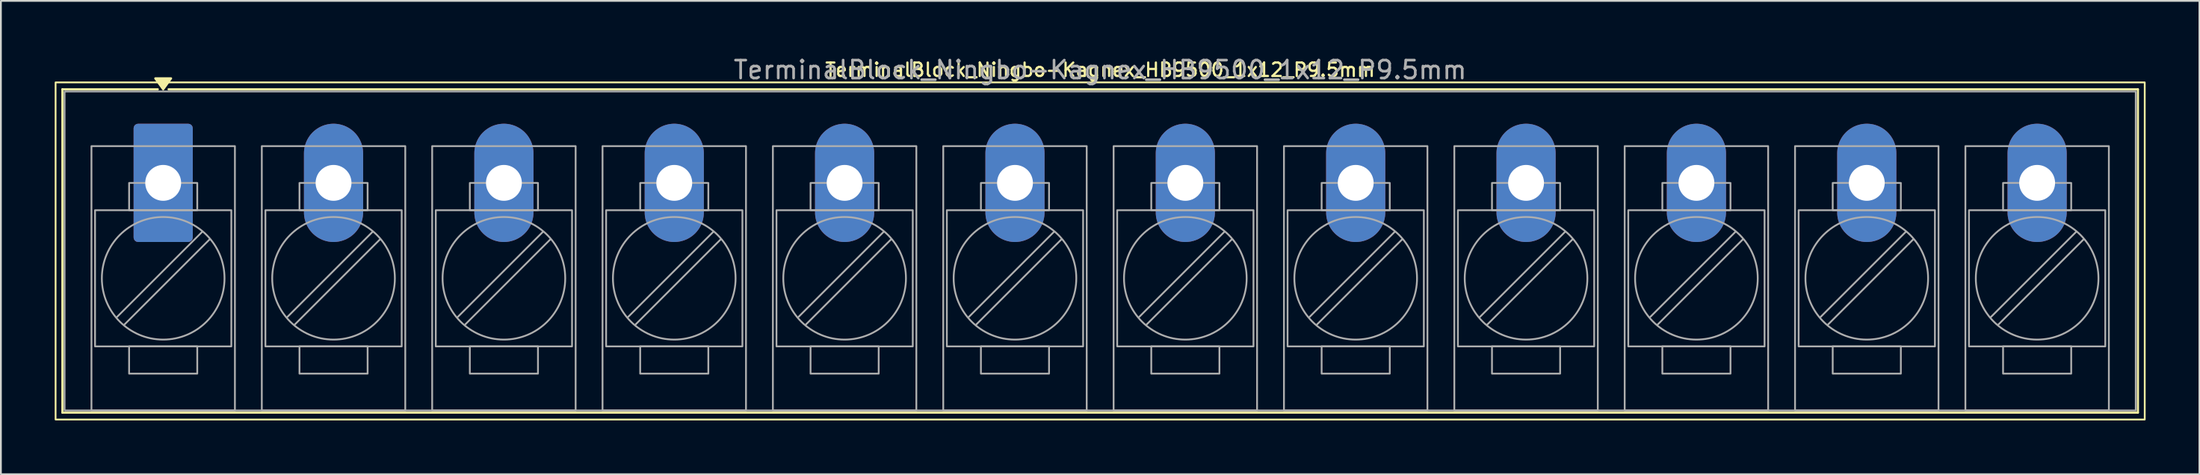
<source format=kicad_pcb>
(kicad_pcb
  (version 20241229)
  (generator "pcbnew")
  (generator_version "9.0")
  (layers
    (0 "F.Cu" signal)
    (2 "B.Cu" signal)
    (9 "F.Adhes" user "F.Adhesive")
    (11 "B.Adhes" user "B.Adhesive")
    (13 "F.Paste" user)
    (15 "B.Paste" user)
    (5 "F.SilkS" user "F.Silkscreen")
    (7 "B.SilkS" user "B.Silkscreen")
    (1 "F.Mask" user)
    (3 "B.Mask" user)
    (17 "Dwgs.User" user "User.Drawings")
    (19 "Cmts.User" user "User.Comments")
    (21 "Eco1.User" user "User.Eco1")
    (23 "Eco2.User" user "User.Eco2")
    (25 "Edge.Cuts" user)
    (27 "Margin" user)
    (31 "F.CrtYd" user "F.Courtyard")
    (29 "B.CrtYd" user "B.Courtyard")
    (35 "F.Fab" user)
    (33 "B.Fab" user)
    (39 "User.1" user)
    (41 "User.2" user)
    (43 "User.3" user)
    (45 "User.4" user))
  (footprint "TerminalBlock_Ningbo-Kagnex_HB9500_1x12_P9.5mm"
    (layer "F.Cu")
    (at 6.05 7.153)
    (property "Reference" "TerminalBlock_Ningbo-Kagnex_HB9500_1x12_P9.5mm" (at 52.25 -6.305 0) (layer "F.SilkS") (effects (font (size 0.75 0.75) (thickness 0.125))))
    (attr through_hole)
    (fp_line (start -5.62 -5.22) (end -0.3 -5.22) (stroke (width 0.12) (type solid)) (layer "F.SilkS"))
    (fp_line (start -5.62 12.82) (end -5.62 -5.22) (stroke (width 0.12) (type solid)) (layer "F.SilkS"))
    (fp_line (start 0.3 -5.22) (end 110.12 -5.22) (stroke (width 0.12) (type solid)) (layer "F.SilkS"))
    (fp_line (start 110.12 -5.22) (end 110.12 12.82) (stroke (width 0.12) (type solid)) (layer "F.SilkS"))
    (fp_line (start 110.12 12.82) (end -5.62 12.82) (stroke (width 0.12) (type solid)) (layer "F.SilkS"))
    (fp_rect (start -6 -5.605) (end 110.5 13.205) (stroke (width 0.1) (type solid)) (fill no) (layer "F.SilkS"))
    (fp_poly (pts (xy 0 -5.22) (xy -0.44 -5.83) (xy 0.44 -5.83)) (stroke (width 0.12) (type solid)) (fill yes) (layer "F.SilkS"))
    (fp_line (start 2.176 2.731) (end -2.594 7.501) (stroke (width 0.1) (type solid)) (layer "F.Fab"))
    (fp_line (start 2.594 3.149) (end -2.176 7.919) (stroke (width 0.1) (type solid)) (layer "F.Fab"))
    (fp_line (start 11.676 2.731) (end 6.906 7.501) (stroke (width 0.1) (type solid)) (layer "F.Fab"))
    (fp_line (start 12.094 3.149) (end 7.324 7.919) (stroke (width 0.1) (type solid)) (layer "F.Fab"))
    (fp_line (start 21.176 2.731) (end 16.406 7.501) (stroke (width 0.1) (type solid)) (layer "F.Fab"))
    (fp_line (start 21.594 3.149) (end 16.824 7.919) (stroke (width 0.1) (type solid)) (layer "F.Fab"))
    (fp_line (start 30.676 2.731) (end 25.906 7.501) (stroke (width 0.1) (type solid)) (layer "F.Fab"))
    (fp_line (start 31.094 3.149) (end 26.324 7.919) (stroke (width 0.1) (type solid)) (layer "F.Fab"))
    (fp_line (start 40.176 2.731) (end 35.406 7.501) (stroke (width 0.1) (type solid)) (layer "F.Fab"))
    (fp_line (start 40.594 3.149) (end 35.824 7.919) (stroke (width 0.1) (type solid)) (layer "F.Fab"))
    (fp_line (start 49.676 2.731) (end 44.906 7.501) (stroke (width 0.1) (type solid)) (layer "F.Fab"))
    (fp_line (start 50.094 3.149) (end 45.324 7.919) (stroke (width 0.1) (type solid)) (layer "F.Fab"))
    (fp_line (start 59.176 2.731) (end 54.406 7.501) (stroke (width 0.1) (type solid)) (layer "F.Fab"))
    (fp_line (start 59.594 3.149) (end 54.824 7.919) (stroke (width 0.1) (type solid)) (layer "F.Fab"))
    (fp_line (start 68.676 2.731) (end 63.906 7.501) (stroke (width 0.1) (type solid)) (layer "F.Fab"))
    (fp_line (start 69.094 3.149) (end 64.324 7.919) (stroke (width 0.1) (type solid)) (layer "F.Fab"))
    (fp_line (start 78.176 2.731) (end 73.406 7.501) (stroke (width 0.1) (type solid)) (layer "F.Fab"))
    (fp_line (start 78.594 3.149) (end 73.824 7.919) (stroke (width 0.1) (type solid)) (layer "F.Fab"))
    (fp_line (start 87.676 2.731) (end 82.906 7.501) (stroke (width 0.1) (type solid)) (layer "F.Fab"))
    (fp_line (start 88.094 3.149) (end 83.324 7.919) (stroke (width 0.1) (type solid)) (layer "F.Fab"))
    (fp_line (start 97.176 2.731) (end 92.406 7.501) (stroke (width 0.1) (type solid)) (layer "F.Fab"))
    (fp_line (start 97.594 3.149) (end 92.824 7.919) (stroke (width 0.1) (type solid)) (layer "F.Fab"))
    (fp_line (start 106.676 2.731) (end 101.906 7.501) (stroke (width 0.1) (type solid)) (layer "F.Fab"))
    (fp_line (start 107.094 3.149) (end 102.324 7.919) (stroke (width 0.1) (type solid)) (layer "F.Fab"))
    (fp_rect (start -5.5 -5.1) (end 110 12.7) (stroke (width 0.1) (type solid)) (fill no) (layer "F.Fab"))
    (fp_rect (start -4 -2.05) (end 4 12.7) (stroke (width 0.1) (type solid)) (fill no) (layer "F.Fab"))
    (fp_rect (start -3.8 1.525) (end 3.8 9.125) (stroke (width 0.1) (type solid)) (fill no) (layer "F.Fab"))
    (fp_rect (start -1.9 0.005) (end 1.9 1.525) (stroke (width 0.1) (type solid)) (fill no) (layer "F.Fab"))
    (fp_rect (start -1.9 9.125) (end 1.9 10.645) (stroke (width 0.1) (type solid)) (fill no) (layer "F.Fab"))
    (fp_rect (start 5.5 -2.05) (end 13.5 12.7) (stroke (width 0.1) (type solid)) (fill no) (layer "F.Fab"))
    (fp_rect (start 5.7 1.525) (end 13.3 9.125) (stroke (width 0.1) (type solid)) (fill no) (layer "F.Fab"))
    (fp_rect (start 7.6 0.005) (end 11.4 1.525) (stroke (width 0.1) (type solid)) (fill no) (layer "F.Fab"))
    (fp_rect (start 7.6 9.125) (end 11.4 10.645) (stroke (width 0.1) (type solid)) (fill no) (layer "F.Fab"))
    (fp_rect (start 15 -2.05) (end 23 12.7) (stroke (width 0.1) (type solid)) (fill no) (layer "F.Fab"))
    (fp_rect (start 15.2 1.525) (end 22.8 9.125) (stroke (width 0.1) (type solid)) (fill no) (layer "F.Fab"))
    (fp_rect (start 17.1 0.005) (end 20.9 1.525) (stroke (width 0.1) (type solid)) (fill no) (layer "F.Fab"))
    (fp_rect (start 17.1 9.125) (end 20.9 10.645) (stroke (width 0.1) (type solid)) (fill no) (layer "F.Fab"))
    (fp_rect (start 24.5 -2.05) (end 32.5 12.7) (stroke (width 0.1) (type solid)) (fill no) (layer "F.Fab"))
    (fp_rect (start 24.7 1.525) (end 32.3 9.125) (stroke (width 0.1) (type solid)) (fill no) (layer "F.Fab"))
    (fp_rect (start 26.6 0.005) (end 30.4 1.525) (stroke (width 0.1) (type solid)) (fill no) (layer "F.Fab"))
    (fp_rect (start 26.6 9.125) (end 30.4 10.645) (stroke (width 0.1) (type solid)) (fill no) (layer "F.Fab"))
    (fp_rect (start 34 -2.05) (end 42 12.7) (stroke (width 0.1) (type solid)) (fill no) (layer "F.Fab"))
    (fp_rect (start 34.2 1.525) (end 41.8 9.125) (stroke (width 0.1) (type solid)) (fill no) (layer "F.Fab"))
    (fp_rect (start 36.1 0.005) (end 39.9 1.525) (stroke (width 0.1) (type solid)) (fill no) (layer "F.Fab"))
    (fp_rect (start 36.1 9.125) (end 39.9 10.645) (stroke (width 0.1) (type solid)) (fill no) (layer "F.Fab"))
    (fp_rect (start 43.5 -2.05) (end 51.5 12.7) (stroke (width 0.1) (type solid)) (fill no) (layer "F.Fab"))
    (fp_rect (start 43.7 1.525) (end 51.3 9.125) (stroke (width 0.1) (type solid)) (fill no) (layer "F.Fab"))
    (fp_rect (start 45.6 0.005) (end 49.4 1.525) (stroke (width 0.1) (type solid)) (fill no) (layer "F.Fab"))
    (fp_rect (start 45.6 9.125) (end 49.4 10.645) (stroke (width 0.1) (type solid)) (fill no) (layer "F.Fab"))
    (fp_rect (start 53 -2.05) (end 61 12.7) (stroke (width 0.1) (type solid)) (fill no) (layer "F.Fab"))
    (fp_rect (start 53.2 1.525) (end 60.8 9.125) (stroke (width 0.1) (type solid)) (fill no) (layer "F.Fab"))
    (fp_rect (start 55.1 0.005) (end 58.9 1.525) (stroke (width 0.1) (type solid)) (fill no) (layer "F.Fab"))
    (fp_rect (start 55.1 9.125) (end 58.9 10.645) (stroke (width 0.1) (type solid)) (fill no) (layer "F.Fab"))
    (fp_rect (start 62.5 -2.05) (end 70.5 12.7) (stroke (width 0.1) (type solid)) (fill no) (layer "F.Fab"))
    (fp_rect (start 62.7 1.525) (end 70.3 9.125) (stroke (width 0.1) (type solid)) (fill no) (layer "F.Fab"))
    (fp_rect (start 64.6 0.005) (end 68.4 1.525) (stroke (width 0.1) (type solid)) (fill no) (layer "F.Fab"))
    (fp_rect (start 64.6 9.125) (end 68.4 10.645) (stroke (width 0.1) (type solid)) (fill no) (layer "F.Fab"))
    (fp_rect (start 72 -2.05) (end 80 12.7) (stroke (width 0.1) (type solid)) (fill no) (layer "F.Fab"))
    (fp_rect (start 72.2 1.525) (end 79.8 9.125) (stroke (width 0.1) (type solid)) (fill no) (layer "F.Fab"))
    (fp_rect (start 74.1 0.005) (end 77.9 1.525) (stroke (width 0.1) (type solid)) (fill no) (layer "F.Fab"))
    (fp_rect (start 74.1 9.125) (end 77.9 10.645) (stroke (width 0.1) (type solid)) (fill no) (layer "F.Fab"))
    (fp_rect (start 81.5 -2.05) (end 89.5 12.7) (stroke (width 0.1) (type solid)) (fill no) (layer "F.Fab"))
    (fp_rect (start 81.7 1.525) (end 89.3 9.125) (stroke (width 0.1) (type solid)) (fill no) (layer "F.Fab"))
    (fp_rect (start 83.6 0.005) (end 87.4 1.525) (stroke (width 0.1) (type solid)) (fill no) (layer "F.Fab"))
    (fp_rect (start 83.6 9.125) (end 87.4 10.645) (stroke (width 0.1) (type solid)) (fill no) (layer "F.Fab"))
    (fp_rect (start 91 -2.05) (end 99 12.7) (stroke (width 0.1) (type solid)) (fill no) (layer "F.Fab"))
    (fp_rect (start 91.2 1.525) (end 98.8 9.125) (stroke (width 0.1) (type solid)) (fill no) (layer "F.Fab"))
    (fp_rect (start 93.1 0.005) (end 96.9 1.525) (stroke (width 0.1) (type solid)) (fill no) (layer "F.Fab"))
    (fp_rect (start 93.1 9.125) (end 96.9 10.645) (stroke (width 0.1) (type solid)) (fill no) (layer "F.Fab"))
    (fp_rect (start 100.5 -2.05) (end 108.5 12.7) (stroke (width 0.1) (type solid)) (fill no) (layer "F.Fab"))
    (fp_rect (start 100.7 1.525) (end 108.3 9.125) (stroke (width 0.1) (type solid)) (fill no) (layer "F.Fab"))
    (fp_rect (start 102.6 0.005) (end 106.4 1.525) (stroke (width 0.1) (type solid)) (fill no) (layer "F.Fab"))
    (fp_rect (start 102.6 9.125) (end 106.4 10.645) (stroke (width 0.1) (type solid)) (fill no) (layer "F.Fab"))
    (fp_circle (center 0 5.325) (end 3.42 5.325) (stroke (width 0.1) (type solid)) (fill no) (layer "F.Fab"))
    (fp_circle (center 9.5 5.325) (end 12.92 5.325) (stroke (width 0.1) (type solid)) (fill no) (layer "F.Fab"))
    (fp_circle (center 19 5.325) (end 22.42 5.325) (stroke (width 0.1) (type solid)) (fill no) (layer "F.Fab"))
    (fp_circle (center 28.5 5.325) (end 31.92 5.325) (stroke (width 0.1) (type solid)) (fill no) (layer "F.Fab"))
    (fp_circle (center 38 5.325) (end 41.42 5.325) (stroke (width 0.1) (type solid)) (fill no) (layer "F.Fab"))
    (fp_circle (center 47.5 5.325) (end 50.92 5.325) (stroke (width 0.1) (type solid)) (fill no) (layer "F.Fab"))
    (fp_circle (center 57 5.325) (end 60.42 5.325) (stroke (width 0.1) (type solid)) (fill no) (layer "F.Fab"))
    (fp_circle (center 66.5 5.325) (end 69.92 5.325) (stroke (width 0.1) (type solid)) (fill no) (layer "F.Fab"))
    (fp_circle (center 76 5.325) (end 79.42 5.325) (stroke (width 0.1) (type solid)) (fill no) (layer "F.Fab"))
    (fp_circle (center 85.5 5.325) (end 88.92 5.325) (stroke (width 0.1) (type solid)) (fill no) (layer "F.Fab"))
    (fp_circle (center 95 5.325) (end 98.42 5.325) (stroke (width 0.1) (type solid)) (fill no) (layer "F.Fab"))
    (fp_circle (center 104.5 5.325) (end 107.92 5.325) (stroke (width 0.1) (type solid)) (fill no) (layer "F.Fab"))
    (fp_text user "${REFERENCE}" (at 52.25 -6.305 0) (layer "F.Fab") (effects (font (size 1 1) (thickness 0.15))))
    (pad "1" thru_hole roundrect (at 0 0) (size 3.3 6.6) (drill 2) (layers "*.Cu" "*.Mask") (roundrect_rratio 0.076))
    (pad "2" thru_hole oval (at 9.5 0) (size 3.3 6.6) (drill 2) (layers "*.Cu" "*.Mask"))
    (pad "3" thru_hole oval (at 19 0) (size 3.3 6.6) (drill 2) (layers "*.Cu" "*.Mask"))
    (pad "4" thru_hole oval (at 28.5 0) (size 3.3 6.6) (drill 2) (layers "*.Cu" "*.Mask"))
    (pad "5" thru_hole oval (at 38 0) (size 3.3 6.6) (drill 2) (layers "*.Cu" "*.Mask"))
    (pad "6" thru_hole oval (at 47.5 0) (size 3.3 6.6) (drill 2) (layers "*.Cu" "*.Mask"))
    (pad "7" thru_hole oval (at 57 0) (size 3.3 6.6) (drill 2) (layers "*.Cu" "*.Mask"))
    (pad "8" thru_hole oval (at 66.5 0) (size 3.3 6.6) (drill 2) (layers "*.Cu" "*.Mask"))
    (pad "9" thru_hole oval (at 76 0) (size 3.3 6.6) (drill 2) (layers "*.Cu" "*.Mask"))
    (pad "10" thru_hole oval (at 85.5 0) (size 3.3 6.6) (drill 2) (layers "*.Cu" "*.Mask"))
    (pad "11" thru_hole oval (at 95 0) (size 3.3 6.6) (drill 2) (layers "*.Cu" "*.Mask"))
    (pad "12" thru_hole oval (at 104.5 0) (size 3.3 6.6) (drill 2) (layers "*.Cu" "*.Mask")))
  (gr_rect
    (start -3 -3)
    (end 119.6 23.408)
    (stroke (width 0.1) (type default))
    (fill no)
    (layer "Edge.Cuts")))
</source>
